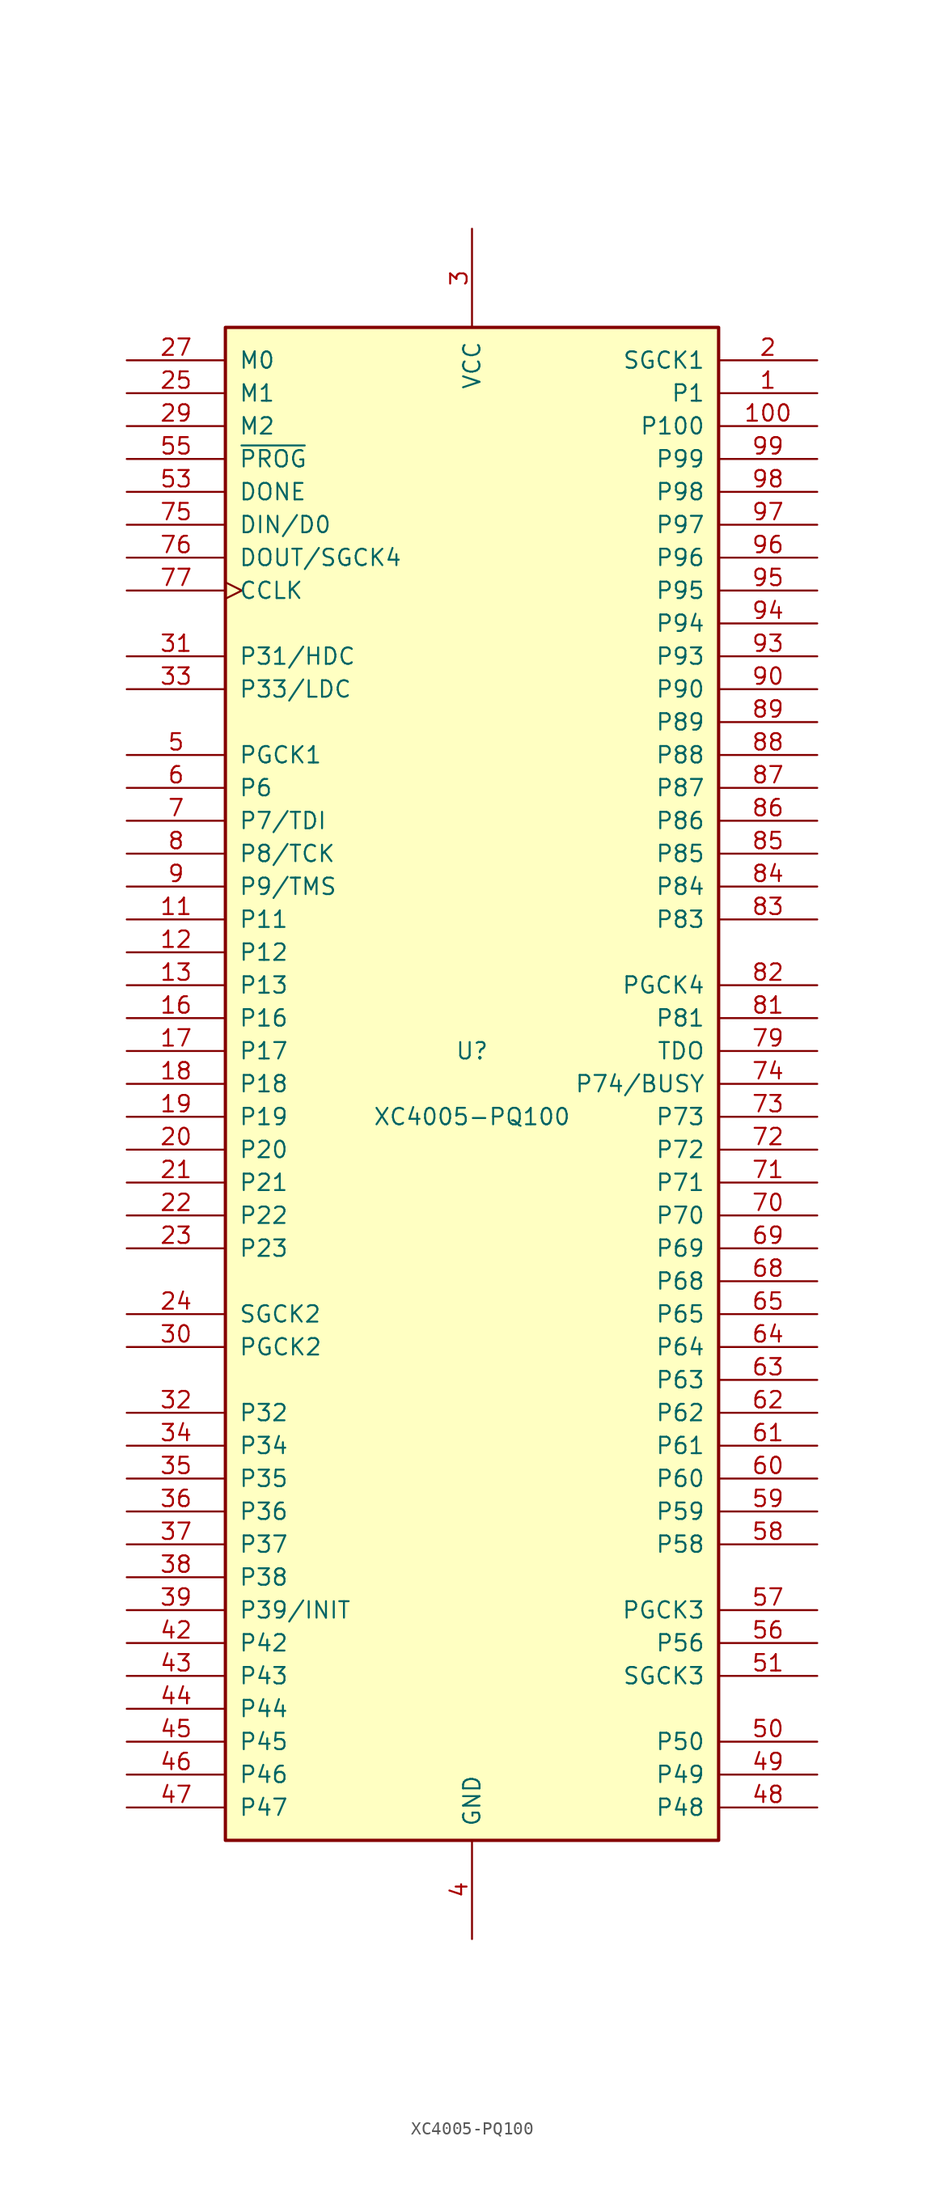
<source format=kicad_sym>
(kicad_symbol_lib
  (version 20231120)
  (generator "kicad_symbol_editor")
  (generator_version "8.0")
  (symbol "XC4005-PQ100"
    (pin_names
      (offset 1.016))
    (property "Reference" "U"
      (at 0 2.54 0)
      (effects (font (size 1.27 1.27))))
    (property "Value" "XC4005-PQ100"
      (at 0 -2.54 0)
      (effects (font (size 1.27 1.27))))
    (symbol "XC4005-PQ100_0_1"
      (rectangle (start -19.05 -58.42) (end 19.05 58.42) (stroke (width 0.254) (type default)) (fill (type background))))
    (symbol "XC4005-PQ100_1_1"
      (pin passive line (at 26.67 53.34 180) (length 7.62) (name "P1" (effects (font (size 1.27 1.27)))) (number "1" (effects (font (size 1.27 1.27)))))
      (pin passive line (at 26.67 50.8 180) (length 7.62) (name "P100" (effects (font (size 1.27 1.27)))) (number "100" (effects (font (size 1.27 1.27)))))
      (pin passive line (at -26.67 12.7 0) (length 7.62) (name "P11" (effects (font (size 1.27 1.27)))) (number "11" (effects (font (size 1.27 1.27)))))
      (pin passive line (at -26.67 10.16 0) (length 7.62) (name "P12" (effects (font (size 1.27 1.27)))) (number "12" (effects (font (size 1.27 1.27)))))
      (pin passive line (at -26.67 7.62 0) (length 7.62) (name "P13" (effects (font (size 1.27 1.27)))) (number "13" (effects (font (size 1.27 1.27)))))
      (pin passive line (at 0 -66.04 90) (length 7.62) hide (name "GND" (effects (font (size 1.27 1.27)))) (number "14" (effects (font (size 1.27 1.27)))))
      (pin passive line (at 0 66.04 270) (length 7.62) hide (name "VCC" (effects (font (size 1.27 1.27)))) (number "15" (effects (font (size 1.27 1.27)))))
      (pin passive line (at -26.67 5.08 0) (length 7.62) (name "P16" (effects (font (size 1.27 1.27)))) (number "16" (effects (font (size 1.27 1.27)))))
      (pin passive line (at -26.67 2.54 0) (length 7.62) (name "P17" (effects (font (size 1.27 1.27)))) (number "17" (effects (font (size 1.27 1.27)))))
      (pin passive line (at -26.67 0 0) (length 7.62) (name "P18" (effects (font (size 1.27 1.27)))) (number "18" (effects (font (size 1.27 1.27)))))
      (pin passive line (at -26.67 -2.54 0) (length 7.62) (name "P19" (effects (font (size 1.27 1.27)))) (number "19" (effects (font (size 1.27 1.27)))))
      (pin passive line (at 26.67 55.88 180) (length 7.62) (name "SGCK1" (effects (font (size 1.27 1.27)))) (number "2" (effects (font (size 1.27 1.27)))))
      (pin passive line (at -26.67 -5.08 0) (length 7.62) (name "P20" (effects (font (size 1.27 1.27)))) (number "20" (effects (font (size 1.27 1.27)))))
      (pin passive line (at -26.67 -7.62 0) (length 7.62) (name "P21" (effects (font (size 1.27 1.27)))) (number "21" (effects (font (size 1.27 1.27)))))
      (pin passive line (at -26.67 -10.16 0) (length 7.62) (name "P22" (effects (font (size 1.27 1.27)))) (number "22" (effects (font (size 1.27 1.27)))))
      (pin passive line (at -26.67 -12.7 0) (length 7.62) (name "P23" (effects (font (size 1.27 1.27)))) (number "23" (effects (font (size 1.27 1.27)))))
      (pin passive line (at -26.67 -17.78 0) (length 7.62) (name "SGCK2" (effects (font (size 1.27 1.27)))) (number "24" (effects (font (size 1.27 1.27)))))
      (pin passive line (at -26.67 53.34 0) (length 7.62) (name "M1" (effects (font (size 1.27 1.27)))) (number "25" (effects (font (size 1.27 1.27)))))
      (pin passive line (at 0 -66.04 90) (length 7.62) hide (name "GND" (effects (font (size 1.27 1.27)))) (number "26" (effects (font (size 1.27 1.27)))))
      (pin input line (at -26.67 55.88 0) (length 7.62) (name "M0" (effects (font (size 1.27 1.27)))) (number "27" (effects (font (size 1.27 1.27)))))
      (pin passive line (at 0 66.04 270) (length 7.62) hide (name "VCC" (effects (font (size 1.27 1.27)))) (number "28" (effects (font (size 1.27 1.27)))))
      (pin input line (at -26.67 50.8 0) (length 7.62) (name "M2" (effects (font (size 1.27 1.27)))) (number "29" (effects (font (size 1.27 1.27)))))
      (pin power_in line (at 0 66.04 270) (length 7.62) (name "VCC" (effects (font (size 1.27 1.27)))) (number "3" (effects (font (size 1.27 1.27)))))
      (pin passive line (at -26.67 -20.32 0) (length 7.62) (name "PGCK2" (effects (font (size 1.27 1.27)))) (number "30" (effects (font (size 1.27 1.27)))))
      (pin passive line (at -26.67 33.02 0) (length 7.62) (name "P31/HDC" (effects (font (size 1.27 1.27)))) (number "31" (effects (font (size 1.27 1.27)))))
      (pin passive line (at -26.67 -25.4 0) (length 7.62) (name "P32" (effects (font (size 1.27 1.27)))) (number "32" (effects (font (size 1.27 1.27)))))
      (pin passive line (at -26.67 30.48 0) (length 7.62) (name "P33/LDC" (effects (font (size 1.27 1.27)))) (number "33" (effects (font (size 1.27 1.27)))))
      (pin passive line (at -26.67 -27.94 0) (length 7.62) (name "P34" (effects (font (size 1.27 1.27)))) (number "34" (effects (font (size 1.27 1.27)))))
      (pin passive line (at -26.67 -30.48 0) (length 7.62) (name "P35" (effects (font (size 1.27 1.27)))) (number "35" (effects (font (size 1.27 1.27)))))
      (pin passive line (at -26.67 -33.02 0) (length 7.62) (name "P36" (effects (font (size 1.27 1.27)))) (number "36" (effects (font (size 1.27 1.27)))))
      (pin passive line (at -26.67 -35.56 0) (length 7.62) (name "P37" (effects (font (size 1.27 1.27)))) (number "37" (effects (font (size 1.27 1.27)))))
      (pin passive line (at -26.67 -38.1 0) (length 7.62) (name "P38" (effects (font (size 1.27 1.27)))) (number "38" (effects (font (size 1.27 1.27)))))
      (pin passive line (at -26.67 -40.64 0) (length 7.62) (name "P39/INIT" (effects (font (size 1.27 1.27)))) (number "39" (effects (font (size 1.27 1.27)))))
      (pin power_in line (at 0 -66.04 90) (length 7.62) (name "GND" (effects (font (size 1.27 1.27)))) (number "4" (effects (font (size 1.27 1.27)))))
      (pin passive line (at 0 66.04 270) (length 7.62) hide (name "VCC" (effects (font (size 1.27 1.27)))) (number "40" (effects (font (size 1.27 1.27)))))
      (pin passive line (at 0 -66.04 90) (length 7.62) hide (name "GND" (effects (font (size 1.27 1.27)))) (number "41" (effects (font (size 1.27 1.27)))))
      (pin passive line (at -26.67 -43.18 0) (length 7.62) (name "P42" (effects (font (size 1.27 1.27)))) (number "42" (effects (font (size 1.27 1.27)))))
      (pin passive line (at -26.67 -45.72 0) (length 7.62) (name "P43" (effects (font (size 1.27 1.27)))) (number "43" (effects (font (size 1.27 1.27)))))
      (pin passive line (at -26.67 -48.26 0) (length 7.62) (name "P44" (effects (font (size 1.27 1.27)))) (number "44" (effects (font (size 1.27 1.27)))))
      (pin passive line (at -26.67 -50.8 0) (length 7.62) (name "P45" (effects (font (size 1.27 1.27)))) (number "45" (effects (font (size 1.27 1.27)))))
      (pin passive line (at -26.67 -53.34 0) (length 7.62) (name "P46" (effects (font (size 1.27 1.27)))) (number "46" (effects (font (size 1.27 1.27)))))
      (pin passive line (at -26.67 -55.88 0) (length 7.62) (name "P47" (effects (font (size 1.27 1.27)))) (number "47" (effects (font (size 1.27 1.27)))))
      (pin passive line (at 26.67 -55.88 180) (length 7.62) (name "P48" (effects (font (size 1.27 1.27)))) (number "48" (effects (font (size 1.27 1.27)))))
      (pin passive line (at 26.67 -53.34 180) (length 7.62) (name "P49" (effects (font (size 1.27 1.27)))) (number "49" (effects (font (size 1.27 1.27)))))
      (pin passive line (at -26.67 25.4 0) (length 7.62) (name "PGCK1" (effects (font (size 1.27 1.27)))) (number "5" (effects (font (size 1.27 1.27)))))
      (pin passive line (at 26.67 -50.8 180) (length 7.62) (name "P50" (effects (font (size 1.27 1.27)))) (number "50" (effects (font (size 1.27 1.27)))))
      (pin passive line (at 26.67 -45.72 180) (length 7.62) (name "SGCK3" (effects (font (size 1.27 1.27)))) (number "51" (effects (font (size 1.27 1.27)))))
      (pin passive line (at 0 -66.04 90) (length 7.62) hide (name "GND" (effects (font (size 1.27 1.27)))) (number "52" (effects (font (size 1.27 1.27)))))
      (pin open_collector line (at -26.67 45.72 0) (length 7.62) (name "DONE" (effects (font (size 1.27 1.27)))) (number "53" (effects (font (size 1.27 1.27)))))
      (pin passive line (at 0 66.04 270) (length 7.62) hide (name "VCC" (effects (font (size 1.27 1.27)))) (number "54" (effects (font (size 1.27 1.27)))))
      (pin input line (at -26.67 48.26 0) (length 7.62) (name "~{PROG}" (effects (font (size 1.27 1.27)))) (number "55" (effects (font (size 1.27 1.27)))))
      (pin passive line (at 26.67 -43.18 180) (length 7.62) (name "P56" (effects (font (size 1.27 1.27)))) (number "56" (effects (font (size 1.27 1.27)))))
      (pin passive line (at 26.67 -40.64 180) (length 7.62) (name "PGCK3" (effects (font (size 1.27 1.27)))) (number "57" (effects (font (size 1.27 1.27)))))
      (pin passive line (at 26.67 -35.56 180) (length 7.62) (name "P58" (effects (font (size 1.27 1.27)))) (number "58" (effects (font (size 1.27 1.27)))))
      (pin passive line (at 26.67 -33.02 180) (length 7.62) (name "P59" (effects (font (size 1.27 1.27)))) (number "59" (effects (font (size 1.27 1.27)))))
      (pin passive line (at -26.67 22.86 0) (length 7.62) (name "P6" (effects (font (size 1.27 1.27)))) (number "6" (effects (font (size 1.27 1.27)))))
      (pin passive line (at 26.67 -30.48 180) (length 7.62) (name "P60" (effects (font (size 1.27 1.27)))) (number "60" (effects (font (size 1.27 1.27)))))
      (pin passive line (at 26.67 -27.94 180) (length 7.62) (name "P61" (effects (font (size 1.27 1.27)))) (number "61" (effects (font (size 1.27 1.27)))))
      (pin passive line (at 26.67 -25.4 180) (length 7.62) (name "P62" (effects (font (size 1.27 1.27)))) (number "62" (effects (font (size 1.27 1.27)))))
      (pin passive line (at 26.67 -22.86 180) (length 7.62) (name "P63" (effects (font (size 1.27 1.27)))) (number "63" (effects (font (size 1.27 1.27)))))
      (pin passive line (at 26.67 -20.32 180) (length 7.62) (name "P64" (effects (font (size 1.27 1.27)))) (number "64" (effects (font (size 1.27 1.27)))))
      (pin passive line (at 26.67 -17.78 180) (length 7.62) (name "P65" (effects (font (size 1.27 1.27)))) (number "65" (effects (font (size 1.27 1.27)))))
      (pin passive line (at 0 66.04 270) (length 7.62) hide (name "VCC" (effects (font (size 1.27 1.27)))) (number "66" (effects (font (size 1.27 1.27)))))
      (pin passive line (at 0 -66.04 90) (length 7.62) hide (name "GND" (effects (font (size 1.27 1.27)))) (number "67" (effects (font (size 1.27 1.27)))))
      (pin passive line (at 26.67 -15.24 180) (length 7.62) (name "P68" (effects (font (size 1.27 1.27)))) (number "68" (effects (font (size 1.27 1.27)))))
      (pin passive line (at 26.67 -12.7 180) (length 7.62) (name "P69" (effects (font (size 1.27 1.27)))) (number "69" (effects (font (size 1.27 1.27)))))
      (pin passive line (at -26.67 20.32 0) (length 7.62) (name "P7/TDI" (effects (font (size 1.27 1.27)))) (number "7" (effects (font (size 1.27 1.27)))))
      (pin passive line (at 26.67 -10.16 180) (length 7.62) (name "P70" (effects (font (size 1.27 1.27)))) (number "70" (effects (font (size 1.27 1.27)))))
      (pin passive line (at 26.67 -7.62 180) (length 7.62) (name "P71" (effects (font (size 1.27 1.27)))) (number "71" (effects (font (size 1.27 1.27)))))
      (pin passive line (at 26.67 -5.08 180) (length 7.62) (name "P72" (effects (font (size 1.27 1.27)))) (number "72" (effects (font (size 1.27 1.27)))))
      (pin passive line (at 26.67 -2.54 180) (length 7.62) (name "P73" (effects (font (size 1.27 1.27)))) (number "73" (effects (font (size 1.27 1.27)))))
      (pin passive line (at 26.67 0 180) (length 7.62) (name "P74/BUSY" (effects (font (size 1.27 1.27)))) (number "74" (effects (font (size 1.27 1.27)))))
      (pin passive line (at -26.67 43.18 0) (length 7.62) (name "DIN/D0" (effects (font (size 1.27 1.27)))) (number "75" (effects (font (size 1.27 1.27)))))
      (pin passive line (at -26.67 40.64 0) (length 7.62) (name "DOUT/SGCK4" (effects (font (size 1.27 1.27)))) (number "76" (effects (font (size 1.27 1.27)))))
      (pin input clock (at -26.67 38.1 0) (length 7.62) (name "CCLK" (effects (font (size 1.27 1.27)))) (number "77" (effects (font (size 1.27 1.27)))))
      (pin passive line (at 0 66.04 270) (length 7.62) hide (name "VCC" (effects (font (size 1.27 1.27)))) (number "78" (effects (font (size 1.27 1.27)))))
      (pin output line (at 26.67 2.54 180) (length 7.62) (name "TDO" (effects (font (size 1.27 1.27)))) (number "79" (effects (font (size 1.27 1.27)))))
      (pin passive line (at -26.67 17.78 0) (length 7.62) (name "P8/TCK" (effects (font (size 1.27 1.27)))) (number "8" (effects (font (size 1.27 1.27)))))
      (pin passive line (at 0 -66.04 90) (length 7.62) hide (name "GND" (effects (font (size 1.27 1.27)))) (number "80" (effects (font (size 1.27 1.27)))))
      (pin passive line (at 26.67 5.08 180) (length 7.62) (name "P81" (effects (font (size 1.27 1.27)))) (number "81" (effects (font (size 1.27 1.27)))))
      (pin passive line (at 26.67 7.62 180) (length 7.62) (name "PGCK4" (effects (font (size 1.27 1.27)))) (number "82" (effects (font (size 1.27 1.27)))))
      (pin passive line (at 26.67 12.7 180) (length 7.62) (name "P83" (effects (font (size 1.27 1.27)))) (number "83" (effects (font (size 1.27 1.27)))))
      (pin passive line (at 26.67 15.24 180) (length 7.62) (name "P84" (effects (font (size 1.27 1.27)))) (number "84" (effects (font (size 1.27 1.27)))))
      (pin passive line (at 26.67 17.78 180) (length 7.62) (name "P85" (effects (font (size 1.27 1.27)))) (number "85" (effects (font (size 1.27 1.27)))))
      (pin passive line (at 26.67 20.32 180) (length 7.62) (name "P86" (effects (font (size 1.27 1.27)))) (number "86" (effects (font (size 1.27 1.27)))))
      (pin passive line (at 26.67 22.86 180) (length 7.62) (name "P87" (effects (font (size 1.27 1.27)))) (number "87" (effects (font (size 1.27 1.27)))))
      (pin passive line (at 26.67 25.4 180) (length 7.62) (name "P88" (effects (font (size 1.27 1.27)))) (number "88" (effects (font (size 1.27 1.27)))))
      (pin passive line (at 26.67 27.94 180) (length 7.62) (name "P89" (effects (font (size 1.27 1.27)))) (number "89" (effects (font (size 1.27 1.27)))))
      (pin passive line (at -26.67 15.24 0) (length 7.62) (name "P9/TMS" (effects (font (size 1.27 1.27)))) (number "9" (effects (font (size 1.27 1.27)))))
      (pin passive line (at 26.67 30.48 180) (length 7.62) (name "P90" (effects (font (size 1.27 1.27)))) (number "90" (effects (font (size 1.27 1.27)))))
      (pin passive line (at 0 -66.04 90) (length 7.62) hide (name "GND" (effects (font (size 1.27 1.27)))) (number "91" (effects (font (size 1.27 1.27)))))
      (pin passive line (at 0 66.04 270) (length 7.62) hide (name "VCC" (effects (font (size 1.27 1.27)))) (number "92" (effects (font (size 1.27 1.27)))))
      (pin passive line (at 26.67 33.02 180) (length 7.62) (name "P93" (effects (font (size 1.27 1.27)))) (number "93" (effects (font (size 1.27 1.27)))))
      (pin passive line (at 26.67 35.56 180) (length 7.62) (name "P94" (effects (font (size 1.27 1.27)))) (number "94" (effects (font (size 1.27 1.27)))))
      (pin passive line (at 26.67 38.1 180) (length 7.62) (name "P95" (effects (font (size 1.27 1.27)))) (number "95" (effects (font (size 1.27 1.27)))))
      (pin passive line (at 26.67 40.64 180) (length 7.62) (name "P96" (effects (font (size 1.27 1.27)))) (number "96" (effects (font (size 1.27 1.27)))))
      (pin passive line (at 26.67 43.18 180) (length 7.62) (name "P97" (effects (font (size 1.27 1.27)))) (number "97" (effects (font (size 1.27 1.27)))))
      (pin passive line (at 26.67 45.72 180) (length 7.62) (name "P98" (effects (font (size 1.27 1.27)))) (number "98" (effects (font (size 1.27 1.27)))))
      (pin passive line (at 26.67 48.26 180) (length 7.62) (name "P99" (effects (font (size 1.27 1.27)))) (number "99" (effects (font (size 1.27 1.27))))))))
</source>
